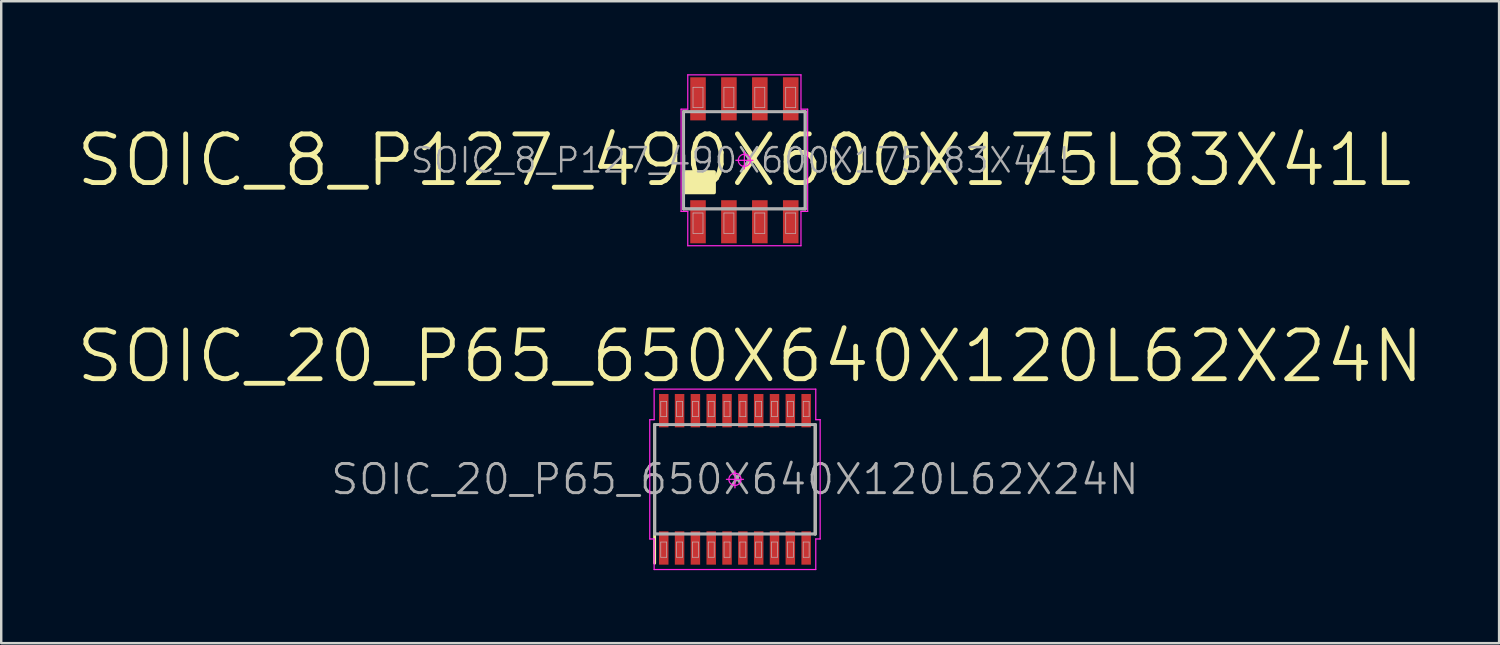
<source format=kicad_pcb>
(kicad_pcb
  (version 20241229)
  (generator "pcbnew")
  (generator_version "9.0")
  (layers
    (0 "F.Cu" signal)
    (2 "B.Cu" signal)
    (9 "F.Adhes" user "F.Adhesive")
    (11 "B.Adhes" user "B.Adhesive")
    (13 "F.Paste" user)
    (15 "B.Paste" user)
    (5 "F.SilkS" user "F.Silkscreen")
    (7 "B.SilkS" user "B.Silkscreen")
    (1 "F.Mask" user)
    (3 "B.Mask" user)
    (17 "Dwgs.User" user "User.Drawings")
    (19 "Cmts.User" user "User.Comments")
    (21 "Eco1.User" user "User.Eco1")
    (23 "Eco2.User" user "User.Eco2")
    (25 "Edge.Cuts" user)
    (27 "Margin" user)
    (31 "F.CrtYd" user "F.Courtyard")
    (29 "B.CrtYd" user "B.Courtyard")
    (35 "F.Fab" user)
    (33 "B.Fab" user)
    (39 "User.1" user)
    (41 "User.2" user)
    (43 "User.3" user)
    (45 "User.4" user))
  (footprint "SOIC_20_P65_650X640X120L62X24N"
    (layer "F.Cu")
    (at 27.142 16.641)
    (property "Reference" "SOIC_20_P65_650X640X120L62X24N" (at 0 0 0) (layer "F.Fab") (effects (font (size 1.2 1.2) (thickness 0.12))))
    (attr smd)
    (fp_line (start -3.3 2.25) (end -3.3 -2.25) (stroke (width 0.12) (type solid)) (layer "F.SilkS"))
    (fp_line (start -3.3 2.25) (end -3.3 3.445) (stroke (width 0.12) (type solid)) (layer "F.SilkS"))
    (fp_line (start 3.3 2.25) (end 3.3 -2.25) (stroke (width 0.12) (type solid)) (layer "F.SilkS"))
    (fp_line (start -3.25 -2.2) (end 3.25 -2.2) (stroke (width 0.025) (type solid)) (layer "Dwgs.User"))
    (fp_line (start -3.25 2.2) (end -3.25 -2.2) (stroke (width 0.025) (type solid)) (layer "Dwgs.User"))
    (fp_line (start -3.047 -3.2) (end -2.803 -3.2) (stroke (width 0.025) (type solid)) (layer "Dwgs.User"))
    (fp_line (start -3.047 -2.575) (end -3.047 -3.2) (stroke (width 0.025) (type solid)) (layer "Dwgs.User"))
    (fp_line (start -3.047 2.575) (end -2.803 2.575) (stroke (width 0.025) (type solid)) (layer "Dwgs.User"))
    (fp_line (start -3.047 3.2) (end -3.047 2.575) (stroke (width 0.025) (type solid)) (layer "Dwgs.User"))
    (fp_line (start -2.803 -3.2) (end -2.803 -2.575) (stroke (width 0.025) (type solid)) (layer "Dwgs.User"))
    (fp_line (start -2.803 -2.575) (end -3.047 -2.575) (stroke (width 0.025) (type solid)) (layer "Dwgs.User"))
    (fp_line (start -2.803 2.575) (end -2.803 3.2) (stroke (width 0.025) (type solid)) (layer "Dwgs.User"))
    (fp_line (start -2.803 3.2) (end -3.047 3.2) (stroke (width 0.025) (type solid)) (layer "Dwgs.User"))
    (fp_line (start -2.397 -3.2) (end -2.152 -3.2) (stroke (width 0.025) (type solid)) (layer "Dwgs.User"))
    (fp_line (start -2.397 -2.575) (end -2.397 -3.2) (stroke (width 0.025) (type solid)) (layer "Dwgs.User"))
    (fp_line (start -2.397 2.575) (end -2.152 2.575) (stroke (width 0.025) (type solid)) (layer "Dwgs.User"))
    (fp_line (start -2.397 3.2) (end -2.397 2.575) (stroke (width 0.025) (type solid)) (layer "Dwgs.User"))
    (fp_line (start -2.152 -3.2) (end -2.152 -2.575) (stroke (width 0.025) (type solid)) (layer "Dwgs.User"))
    (fp_line (start -2.152 -2.575) (end -2.397 -2.575) (stroke (width 0.025) (type solid)) (layer "Dwgs.User"))
    (fp_line (start -2.152 2.575) (end -2.152 3.2) (stroke (width 0.025) (type solid)) (layer "Dwgs.User"))
    (fp_line (start -2.152 3.2) (end -2.397 3.2) (stroke (width 0.025) (type solid)) (layer "Dwgs.User"))
    (fp_line (start -1.748 -3.2) (end -1.502 -3.2) (stroke (width 0.025) (type solid)) (layer "Dwgs.User"))
    (fp_line (start -1.748 -2.575) (end -1.748 -3.2) (stroke (width 0.025) (type solid)) (layer "Dwgs.User"))
    (fp_line (start -1.748 2.575) (end -1.502 2.575) (stroke (width 0.025) (type solid)) (layer "Dwgs.User"))
    (fp_line (start -1.748 3.2) (end -1.748 2.575) (stroke (width 0.025) (type solid)) (layer "Dwgs.User"))
    (fp_line (start -1.502 -3.2) (end -1.502 -2.575) (stroke (width 0.025) (type solid)) (layer "Dwgs.User"))
    (fp_line (start -1.502 -2.575) (end -1.748 -2.575) (stroke (width 0.025) (type solid)) (layer "Dwgs.User"))
    (fp_line (start -1.502 2.575) (end -1.502 3.2) (stroke (width 0.025) (type solid)) (layer "Dwgs.User"))
    (fp_line (start -1.502 3.2) (end -1.748 3.2) (stroke (width 0.025) (type solid)) (layer "Dwgs.User"))
    (fp_line (start -1.097 -3.2) (end -0.853 -3.2) (stroke (width 0.025) (type solid)) (layer "Dwgs.User"))
    (fp_line (start -1.097 -2.575) (end -1.097 -3.2) (stroke (width 0.025) (type solid)) (layer "Dwgs.User"))
    (fp_line (start -1.097 2.575) (end -0.853 2.575) (stroke (width 0.025) (type solid)) (layer "Dwgs.User"))
    (fp_line (start -1.097 3.2) (end -1.097 2.575) (stroke (width 0.025) (type solid)) (layer "Dwgs.User"))
    (fp_line (start -0.853 -3.2) (end -0.853 -2.575) (stroke (width 0.025) (type solid)) (layer "Dwgs.User"))
    (fp_line (start -0.853 -2.575) (end -1.097 -2.575) (stroke (width 0.025) (type solid)) (layer "Dwgs.User"))
    (fp_line (start -0.853 2.575) (end -0.853 3.2) (stroke (width 0.025) (type solid)) (layer "Dwgs.User"))
    (fp_line (start -0.853 3.2) (end -1.097 3.2) (stroke (width 0.025) (type solid)) (layer "Dwgs.User"))
    (fp_line (start -0.448 -3.2) (end -0.203 -3.2) (stroke (width 0.025) (type solid)) (layer "Dwgs.User"))
    (fp_line (start -0.448 -2.575) (end -0.448 -3.2) (stroke (width 0.025) (type solid)) (layer "Dwgs.User"))
    (fp_line (start -0.448 2.575) (end -0.203 2.575) (stroke (width 0.025) (type solid)) (layer "Dwgs.User"))
    (fp_line (start -0.448 3.2) (end -0.448 2.575) (stroke (width 0.025) (type solid)) (layer "Dwgs.User"))
    (fp_line (start -0.203 -3.2) (end -0.203 -2.575) (stroke (width 0.025) (type solid)) (layer "Dwgs.User"))
    (fp_line (start -0.203 -2.575) (end -0.448 -2.575) (stroke (width 0.025) (type solid)) (layer "Dwgs.User"))
    (fp_line (start -0.203 2.575) (end -0.203 3.2) (stroke (width 0.025) (type solid)) (layer "Dwgs.User"))
    (fp_line (start -0.203 3.2) (end -0.448 3.2) (stroke (width 0.025) (type solid)) (layer "Dwgs.User"))
    (fp_line (start 0.203 -3.2) (end 0.448 -3.2) (stroke (width 0.025) (type solid)) (layer "Dwgs.User"))
    (fp_line (start 0.203 -2.575) (end 0.203 -3.2) (stroke (width 0.025) (type solid)) (layer "Dwgs.User"))
    (fp_line (start 0.203 2.575) (end 0.448 2.575) (stroke (width 0.025) (type solid)) (layer "Dwgs.User"))
    (fp_line (start 0.203 3.2) (end 0.203 2.575) (stroke (width 0.025) (type solid)) (layer "Dwgs.User"))
    (fp_line (start 0.448 -3.2) (end 0.448 -2.575) (stroke (width 0.025) (type solid)) (layer "Dwgs.User"))
    (fp_line (start 0.448 -2.575) (end 0.203 -2.575) (stroke (width 0.025) (type solid)) (layer "Dwgs.User"))
    (fp_line (start 0.448 2.575) (end 0.448 3.2) (stroke (width 0.025) (type solid)) (layer "Dwgs.User"))
    (fp_line (start 0.448 3.2) (end 0.203 3.2) (stroke (width 0.025) (type solid)) (layer "Dwgs.User"))
    (fp_line (start 0.853 -3.2) (end 1.097 -3.2) (stroke (width 0.025) (type solid)) (layer "Dwgs.User"))
    (fp_line (start 0.853 -2.575) (end 0.853 -3.2) (stroke (width 0.025) (type solid)) (layer "Dwgs.User"))
    (fp_line (start 0.853 2.575) (end 1.097 2.575) (stroke (width 0.025) (type solid)) (layer "Dwgs.User"))
    (fp_line (start 0.853 3.2) (end 0.853 2.575) (stroke (width 0.025) (type solid)) (layer "Dwgs.User"))
    (fp_line (start 1.097 -3.2) (end 1.097 -2.575) (stroke (width 0.025) (type solid)) (layer "Dwgs.User"))
    (fp_line (start 1.097 -2.575) (end 0.853 -2.575) (stroke (width 0.025) (type solid)) (layer "Dwgs.User"))
    (fp_line (start 1.097 2.575) (end 1.097 3.2) (stroke (width 0.025) (type solid)) (layer "Dwgs.User"))
    (fp_line (start 1.097 3.2) (end 0.853 3.2) (stroke (width 0.025) (type solid)) (layer "Dwgs.User"))
    (fp_line (start 1.502 -3.2) (end 1.748 -3.2) (stroke (width 0.025) (type solid)) (layer "Dwgs.User"))
    (fp_line (start 1.502 -2.575) (end 1.502 -3.2) (stroke (width 0.025) (type solid)) (layer "Dwgs.User"))
    (fp_line (start 1.502 2.575) (end 1.748 2.575) (stroke (width 0.025) (type solid)) (layer "Dwgs.User"))
    (fp_line (start 1.502 3.2) (end 1.502 2.575) (stroke (width 0.025) (type solid)) (layer "Dwgs.User"))
    (fp_line (start 1.748 -3.2) (end 1.748 -2.575) (stroke (width 0.025) (type solid)) (layer "Dwgs.User"))
    (fp_line (start 1.748 -2.575) (end 1.502 -2.575) (stroke (width 0.025) (type solid)) (layer "Dwgs.User"))
    (fp_line (start 1.748 2.575) (end 1.748 3.2) (stroke (width 0.025) (type solid)) (layer "Dwgs.User"))
    (fp_line (start 1.748 3.2) (end 1.502 3.2) (stroke (width 0.025) (type solid)) (layer "Dwgs.User"))
    (fp_line (start 2.152 -3.2) (end 2.397 -3.2) (stroke (width 0.025) (type solid)) (layer "Dwgs.User"))
    (fp_line (start 2.152 -2.575) (end 2.152 -3.2) (stroke (width 0.025) (type solid)) (layer "Dwgs.User"))
    (fp_line (start 2.152 2.575) (end 2.397 2.575) (stroke (width 0.025) (type solid)) (layer "Dwgs.User"))
    (fp_line (start 2.152 3.2) (end 2.152 2.575) (stroke (width 0.025) (type solid)) (layer "Dwgs.User"))
    (fp_line (start 2.397 -3.2) (end 2.397 -2.575) (stroke (width 0.025) (type solid)) (layer "Dwgs.User"))
    (fp_line (start 2.397 -2.575) (end 2.152 -2.575) (stroke (width 0.025) (type solid)) (layer "Dwgs.User"))
    (fp_line (start 2.397 2.575) (end 2.397 3.2) (stroke (width 0.025) (type solid)) (layer "Dwgs.User"))
    (fp_line (start 2.397 3.2) (end 2.152 3.2) (stroke (width 0.025) (type solid)) (layer "Dwgs.User"))
    (fp_line (start 2.803 -3.2) (end 3.047 -3.2) (stroke (width 0.025) (type solid)) (layer "Dwgs.User"))
    (fp_line (start 2.803 -2.575) (end 2.803 -3.2) (stroke (width 0.025) (type solid)) (layer "Dwgs.User"))
    (fp_line (start 2.803 2.575) (end 3.047 2.575) (stroke (width 0.025) (type solid)) (layer "Dwgs.User"))
    (fp_line (start 2.803 3.2) (end 2.803 2.575) (stroke (width 0.025) (type solid)) (layer "Dwgs.User"))
    (fp_line (start 3.047 -3.2) (end 3.047 -2.575) (stroke (width 0.025) (type solid)) (layer "Dwgs.User"))
    (fp_line (start 3.047 -2.575) (end 2.803 -2.575) (stroke (width 0.025) (type solid)) (layer "Dwgs.User"))
    (fp_line (start 3.047 2.575) (end 3.047 3.2) (stroke (width 0.025) (type solid)) (layer "Dwgs.User"))
    (fp_line (start 3.047 3.2) (end 2.803 3.2) (stroke (width 0.025) (type solid)) (layer "Dwgs.User"))
    (fp_line (start 3.25 -2.2) (end 3.25 2.2) (stroke (width 0.025) (type solid)) (layer "Dwgs.User"))
    (fp_line (start 3.25 2.2) (end -3.25 2.2) (stroke (width 0.025) (type solid)) (layer "Dwgs.User"))
    (fp_line (start -3.5 -2.45) (end -3.5 2.45) (stroke (width 0.05) (type solid)) (layer "F.CrtYd"))
    (fp_line (start -3.5 2.45) (end -3.32 2.45) (stroke (width 0.05) (type solid)) (layer "F.CrtYd"))
    (fp_line (start -3.32 -3.705) (end -3.32 -2.45) (stroke (width 0.05) (type solid)) (layer "F.CrtYd"))
    (fp_line (start -3.32 -2.45) (end -3.5 -2.45) (stroke (width 0.05) (type solid)) (layer "F.CrtYd"))
    (fp_line (start -3.32 2.45) (end -3.32 3.705) (stroke (width 0.05) (type solid)) (layer "F.CrtYd"))
    (fp_line (start -3.32 3.705) (end 3.32 3.705) (stroke (width 0.05) (type solid)) (layer "F.CrtYd"))
    (fp_line (start -0.35 0) (end 0.35 0) (stroke (width 0.05) (type solid)) (layer "F.CrtYd"))
    (fp_line (start 0 -0.35) (end 0 0.35) (stroke (width 0.05) (type solid)) (layer "F.CrtYd"))
    (fp_line (start 3.32 -3.705) (end -3.32 -3.705) (stroke (width 0.05) (type solid)) (layer "F.CrtYd"))
    (fp_line (start 3.32 -2.45) (end 3.32 -3.705) (stroke (width 0.05) (type solid)) (layer "F.CrtYd"))
    (fp_line (start 3.32 2.45) (end 3.5 2.45) (stroke (width 0.05) (type solid)) (layer "F.CrtYd"))
    (fp_line (start 3.32 3.705) (end 3.32 2.45) (stroke (width 0.05) (type solid)) (layer "F.CrtYd"))
    (fp_line (start 3.5 -2.45) (end 3.32 -2.45) (stroke (width 0.05) (type solid)) (layer "F.CrtYd"))
    (fp_line (start 3.5 2.45) (end 3.5 -2.45) (stroke (width 0.05) (type solid)) (layer "F.CrtYd"))
    (fp_circle (center 0 0) (end 0 0.25) (stroke (width 0.05) (type solid)) (fill no) (layer "F.CrtYd"))
    (fp_line (start -3.3 -2.25) (end 3.3 -2.25) (stroke (width 0.12) (type solid)) (layer "F.Fab"))
    (fp_line (start -3.3 2.25) (end -3.3 -2.25) (stroke (width 0.12) (type solid)) (layer "F.Fab"))
    (fp_line (start 3.3 -2.25) (end 3.3 2.25) (stroke (width 0.12) (type solid)) (layer "F.Fab"))
    (fp_line (start 3.3 2.25) (end -3.3 2.25) (stroke (width 0.12) (type solid)) (layer "F.Fab"))
    (fp_text user "${REFERENCE}" (at 0.625 -5.05 0) (layer "F.SilkS") (effects (font (size 2 2) (thickness 0.2))))
    (pad "1" smd rect (at -2.925 2.82 90) (size 1.37 0.39) (layers "F.Cu" "F.Mask" "F.Paste"))
    (pad "2" smd rect (at -2.275 2.82 90) (size 1.37 0.39) (layers "F.Cu" "F.Mask" "F.Paste"))
    (pad "3" smd rect (at -1.625 2.82 90) (size 1.37 0.39) (layers "F.Cu" "F.Mask" "F.Paste"))
    (pad "4" smd rect (at -0.975 2.82 90) (size 1.37 0.39) (layers "F.Cu" "F.Mask" "F.Paste"))
    (pad "5" smd rect (at -0.325 2.82 90) (size 1.37 0.39) (layers "F.Cu" "F.Mask" "F.Paste"))
    (pad "6" smd rect (at 0.325 2.82 90) (size 1.37 0.39) (layers "F.Cu" "F.Mask" "F.Paste"))
    (pad "7" smd rect (at 0.975 2.82 90) (size 1.37 0.39) (layers "F.Cu" "F.Mask" "F.Paste"))
    (pad "8" smd rect (at 1.625 2.82 90) (size 1.37 0.39) (layers "F.Cu" "F.Mask" "F.Paste"))
    (pad "9" smd rect (at 2.275 2.82 90) (size 1.37 0.39) (layers "F.Cu" "F.Mask" "F.Paste"))
    (pad "10" smd rect (at 2.925 2.82 90) (size 1.37 0.39) (layers "F.Cu" "F.Mask" "F.Paste"))
    (pad "11" smd rect (at 2.925 -2.82 90) (size 1.37 0.39) (layers "F.Cu" "F.Mask" "F.Paste"))
    (pad "12" smd rect (at 2.275 -2.82 90) (size 1.37 0.39) (layers "F.Cu" "F.Mask" "F.Paste"))
    (pad "13" smd rect (at 1.625 -2.82 90) (size 1.37 0.39) (layers "F.Cu" "F.Mask" "F.Paste"))
    (pad "14" smd rect (at 0.975 -2.82 90) (size 1.37 0.39) (layers "F.Cu" "F.Mask" "F.Paste"))
    (pad "15" smd rect (at 0.325 -2.82 90) (size 1.37 0.39) (layers "F.Cu" "F.Mask" "F.Paste"))
    (pad "16" smd rect (at -0.325 -2.82 90) (size 1.37 0.39) (layers "F.Cu" "F.Mask" "F.Paste"))
    (pad "17" smd rect (at -0.975 -2.82 90) (size 1.37 0.39) (layers "F.Cu" "F.Mask" "F.Paste"))
    (pad "18" smd rect (at -1.625 -2.82 90) (size 1.37 0.39) (layers "F.Cu" "F.Mask" "F.Paste"))
    (pad "19" smd rect (at -2.275 -2.82 90) (size 1.37 0.39) (layers "F.Cu" "F.Mask" "F.Paste"))
    (pad "20" smd rect (at -2.925 -2.82 90) (size 1.37 0.39) (layers "F.Cu" "F.Mask" "F.Paste")))
  (footprint "SOIC_8_P127_490X600X175L83X41L"
    (layer "F.Cu")
    (at 27.529 3.535)
    (property "Reference" "SOIC_8_P127_490X600X175L83X41L" (at 0 0 0) (layer "F.Fab") (effects (font (size 1 1) (thickness 0.1))))
    (attr smd)
    (fp_line (start -2.5 -2) (end -2.375 -2) (stroke (width 0.1) (type solid)) (layer "F.SilkS"))
    (fp_line (start -2.5 2) (end -2.5 -2) (stroke (width 0.1) (type solid)) (layer "F.SilkS"))
    (fp_line (start -2.375 2) (end -2.5 2) (stroke (width 0.1) (type solid)) (layer "F.SilkS"))
    (fp_line (start 2.375 2) (end 2.5 2) (stroke (width 0.1) (type solid)) (layer "F.SilkS"))
    (fp_line (start 2.5 -2) (end 2.375 -2) (stroke (width 0.1) (type solid)) (layer "F.SilkS"))
    (fp_line (start 2.5 2) (end 2.5 -2) (stroke (width 0.1) (type solid)) (layer "F.SilkS"))
    (fp_poly (pts (xy -2.489 1.321) (xy -1.245 1.321) (xy -1.245 0.483) (xy -2.489 0.483)) (stroke (width 0.15) (type solid)) (fill yes) (layer "F.SilkS"))
    (fp_line (start -2.45 -1.95) (end 2.45 -1.95) (stroke (width 0.025) (type solid)) (layer "Dwgs.User"))
    (fp_line (start -2.45 1.95) (end -2.45 -1.95) (stroke (width 0.025) (type solid)) (layer "Dwgs.User"))
    (fp_line (start -2.11 -3) (end -1.7 -3) (stroke (width 0.025) (type solid)) (layer "Dwgs.User"))
    (fp_line (start -2.11 -2.165) (end -2.11 -3) (stroke (width 0.025) (type solid)) (layer "Dwgs.User"))
    (fp_line (start -2.11 2.165) (end -1.7 2.165) (stroke (width 0.025) (type solid)) (layer "Dwgs.User"))
    (fp_line (start -2.11 3) (end -2.11 2.165) (stroke (width 0.025) (type solid)) (layer "Dwgs.User"))
    (fp_line (start -1.7 -3) (end -1.7 -2.165) (stroke (width 0.025) (type solid)) (layer "Dwgs.User"))
    (fp_line (start -1.7 -2.165) (end -2.11 -2.165) (stroke (width 0.025) (type solid)) (layer "Dwgs.User"))
    (fp_line (start -1.7 2.165) (end -1.7 3) (stroke (width 0.025) (type solid)) (layer "Dwgs.User"))
    (fp_line (start -1.7 3) (end -2.11 3) (stroke (width 0.025) (type solid)) (layer "Dwgs.User"))
    (fp_line (start -0.84 -3) (end -0.43 -3) (stroke (width 0.025) (type solid)) (layer "Dwgs.User"))
    (fp_line (start -0.84 -2.165) (end -0.84 -3) (stroke (width 0.025) (type solid)) (layer "Dwgs.User"))
    (fp_line (start -0.84 2.165) (end -0.43 2.165) (stroke (width 0.025) (type solid)) (layer "Dwgs.User"))
    (fp_line (start -0.84 3) (end -0.84 2.165) (stroke (width 0.025) (type solid)) (layer "Dwgs.User"))
    (fp_line (start -0.43 -3) (end -0.43 -2.165) (stroke (width 0.025) (type solid)) (layer "Dwgs.User"))
    (fp_line (start -0.43 -2.165) (end -0.84 -2.165) (stroke (width 0.025) (type solid)) (layer "Dwgs.User"))
    (fp_line (start -0.43 2.165) (end -0.43 3) (stroke (width 0.025) (type solid)) (layer "Dwgs.User"))
    (fp_line (start -0.43 3) (end -0.84 3) (stroke (width 0.025) (type solid)) (layer "Dwgs.User"))
    (fp_line (start 0.43 -3) (end 0.84 -3) (stroke (width 0.025) (type solid)) (layer "Dwgs.User"))
    (fp_line (start 0.43 -2.165) (end 0.43 -3) (stroke (width 0.025) (type solid)) (layer "Dwgs.User"))
    (fp_line (start 0.43 2.165) (end 0.84 2.165) (stroke (width 0.025) (type solid)) (layer "Dwgs.User"))
    (fp_line (start 0.43 3) (end 0.43 2.165) (stroke (width 0.025) (type solid)) (layer "Dwgs.User"))
    (fp_line (start 0.84 -3) (end 0.84 -2.165) (stroke (width 0.025) (type solid)) (layer "Dwgs.User"))
    (fp_line (start 0.84 -2.165) (end 0.43 -2.165) (stroke (width 0.025) (type solid)) (layer "Dwgs.User"))
    (fp_line (start 0.84 2.165) (end 0.84 3) (stroke (width 0.025) (type solid)) (layer "Dwgs.User"))
    (fp_line (start 0.84 3) (end 0.43 3) (stroke (width 0.025) (type solid)) (layer "Dwgs.User"))
    (fp_line (start 1.7 -3) (end 2.11 -3) (stroke (width 0.025) (type solid)) (layer "Dwgs.User"))
    (fp_line (start 1.7 -2.165) (end 1.7 -3) (stroke (width 0.025) (type solid)) (layer "Dwgs.User"))
    (fp_line (start 1.7 2.165) (end 2.11 2.165) (stroke (width 0.025) (type solid)) (layer "Dwgs.User"))
    (fp_line (start 1.7 3) (end 1.7 2.165) (stroke (width 0.025) (type solid)) (layer "Dwgs.User"))
    (fp_line (start 2.11 -3) (end 2.11 -2.165) (stroke (width 0.025) (type solid)) (layer "Dwgs.User"))
    (fp_line (start 2.11 -2.165) (end 1.7 -2.165) (stroke (width 0.025) (type solid)) (layer "Dwgs.User"))
    (fp_line (start 2.11 2.165) (end 2.11 3) (stroke (width 0.025) (type solid)) (layer "Dwgs.User"))
    (fp_line (start 2.11 3) (end 1.7 3) (stroke (width 0.025) (type solid)) (layer "Dwgs.User"))
    (fp_line (start 2.45 -1.95) (end 2.45 1.95) (stroke (width 0.025) (type solid)) (layer "Dwgs.User"))
    (fp_line (start 2.45 1.95) (end -2.45 1.95) (stroke (width 0.025) (type solid)) (layer "Dwgs.User"))
    (fp_line (start -2.6 -2.1) (end -2.6 2.1) (stroke (width 0.05) (type solid)) (layer "F.CrtYd"))
    (fp_line (start -2.6 2.1) (end -2.325 2.1) (stroke (width 0.05) (type solid)) (layer "F.CrtYd"))
    (fp_line (start -2.325 -3.51) (end -2.325 -2.1) (stroke (width 0.05) (type solid)) (layer "F.CrtYd"))
    (fp_line (start -2.325 -2.1) (end -2.6 -2.1) (stroke (width 0.05) (type solid)) (layer "F.CrtYd"))
    (fp_line (start -2.325 2.1) (end -2.325 3.51) (stroke (width 0.05) (type solid)) (layer "F.CrtYd"))
    (fp_line (start -2.325 3.51) (end 2.325 3.51) (stroke (width 0.05) (type solid)) (layer "F.CrtYd"))
    (fp_line (start -0.35 0) (end 0.35 0) (stroke (width 0.05) (type solid)) (layer "F.CrtYd"))
    (fp_line (start 0 -0.35) (end 0 0.35) (stroke (width 0.05) (type solid)) (layer "F.CrtYd"))
    (fp_line (start 2.325 -3.51) (end -2.325 -3.51) (stroke (width 0.05) (type solid)) (layer "F.CrtYd"))
    (fp_line (start 2.325 -2.1) (end 2.325 -3.51) (stroke (width 0.05) (type solid)) (layer "F.CrtYd"))
    (fp_line (start 2.325 2.1) (end 2.6 2.1) (stroke (width 0.05) (type solid)) (layer "F.CrtYd"))
    (fp_line (start 2.325 3.51) (end 2.325 2.1) (stroke (width 0.05) (type solid)) (layer "F.CrtYd"))
    (fp_line (start 2.6 -2.1) (end 2.325 -2.1) (stroke (width 0.05) (type solid)) (layer "F.CrtYd"))
    (fp_line (start 2.6 2.1) (end 2.6 -2.1) (stroke (width 0.05) (type solid)) (layer "F.CrtYd"))
    (fp_circle (center 0 0) (end 0 0.25) (stroke (width 0.05) (type solid)) (fill no) (layer "F.CrtYd"))
    (fp_line (start -2.5 -2) (end 2.5 -2) (stroke (width 0.12) (type solid)) (layer "F.Fab"))
    (fp_line (start -2.5 2) (end -2.5 -2) (stroke (width 0.12) (type solid)) (layer "F.Fab"))
    (fp_line (start 2.5 -2) (end 2.5 2) (stroke (width 0.12) (type solid)) (layer "F.Fab"))
    (fp_line (start 2.5 2) (end -2.5 2) (stroke (width 0.12) (type solid)) (layer "F.Fab"))
    (fp_text user "${REFERENCE}" (at 0 0 0) (layer "F.SilkS") (effects (font (size 2 2) (thickness 0.2))))
    (pad "1" smd rect (at -1.905 2.525 90) (size 1.77 0.64) (layers "F.Cu" "F.Mask" "F.Paste"))
    (pad "2" smd rect (at -0.635 2.525 90) (size 1.77 0.64) (layers "F.Cu" "F.Mask" "F.Paste"))
    (pad "3" smd rect (at 0.635 2.525 90) (size 1.77 0.64) (layers "F.Cu" "F.Mask" "F.Paste"))
    (pad "4" smd rect (at 1.905 2.525 90) (size 1.77 0.64) (layers "F.Cu" "F.Mask" "F.Paste"))
    (pad "5" smd rect (at 1.905 -2.525 90) (size 1.77 0.64) (layers "F.Cu" "F.Mask" "F.Paste"))
    (pad "6" smd rect (at 0.635 -2.525 90) (size 1.77 0.64) (layers "F.Cu" "F.Mask" "F.Paste"))
    (pad "7" smd rect (at -0.635 -2.525 90) (size 1.77 0.64) (layers "F.Cu" "F.Mask" "F.Paste"))
    (pad "8" smd rect (at -1.905 -2.525 90) (size 1.77 0.64) (layers "F.Cu" "F.Mask" "F.Paste")))
  (gr_rect
    (start -3 -3)
    (end 58.533 23.371)
    (stroke (width 0.1) (type default))
    (fill no)
    (layer "Edge.Cuts")))
</source>
